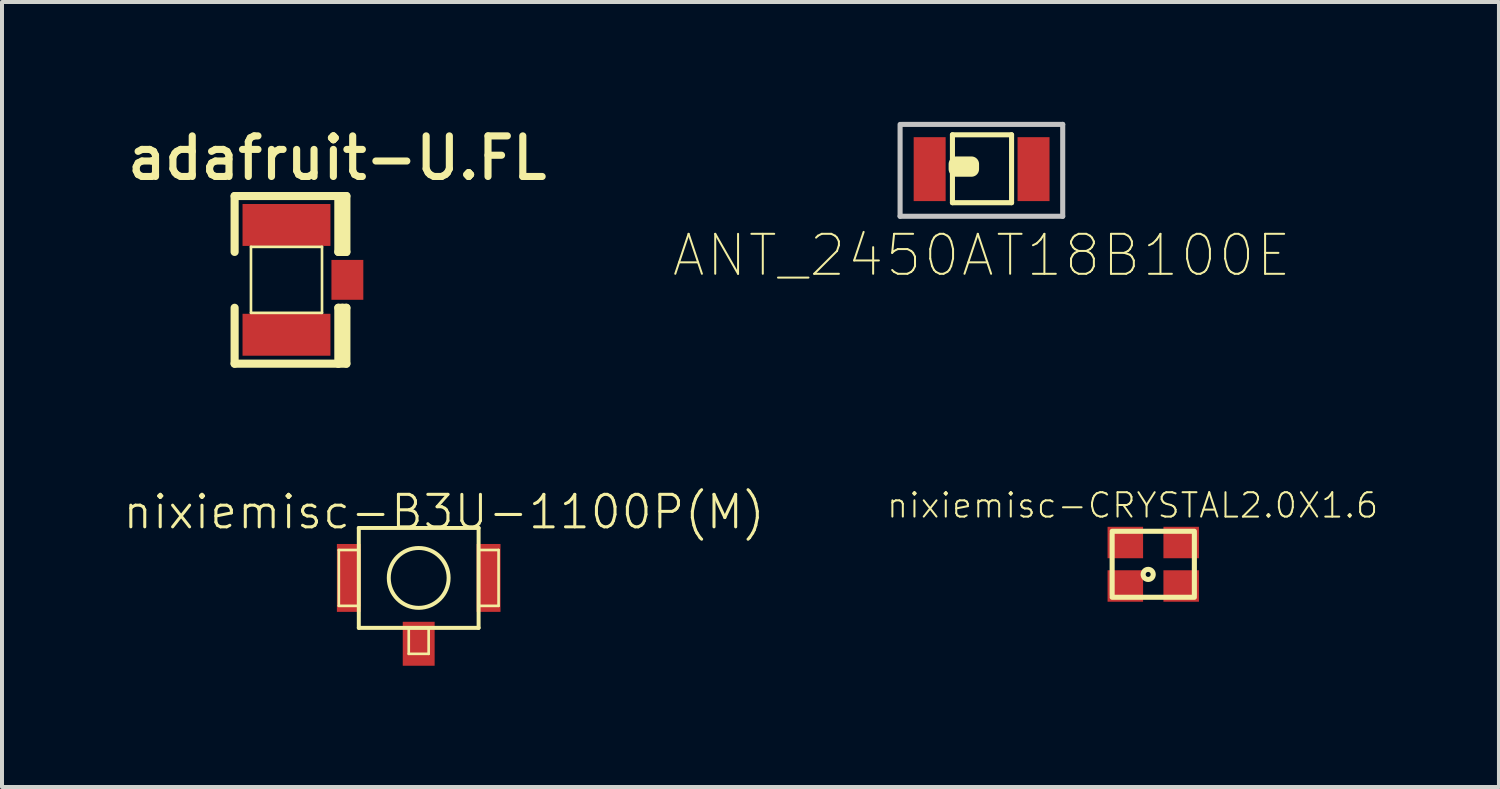
<source format=kicad_pcb>
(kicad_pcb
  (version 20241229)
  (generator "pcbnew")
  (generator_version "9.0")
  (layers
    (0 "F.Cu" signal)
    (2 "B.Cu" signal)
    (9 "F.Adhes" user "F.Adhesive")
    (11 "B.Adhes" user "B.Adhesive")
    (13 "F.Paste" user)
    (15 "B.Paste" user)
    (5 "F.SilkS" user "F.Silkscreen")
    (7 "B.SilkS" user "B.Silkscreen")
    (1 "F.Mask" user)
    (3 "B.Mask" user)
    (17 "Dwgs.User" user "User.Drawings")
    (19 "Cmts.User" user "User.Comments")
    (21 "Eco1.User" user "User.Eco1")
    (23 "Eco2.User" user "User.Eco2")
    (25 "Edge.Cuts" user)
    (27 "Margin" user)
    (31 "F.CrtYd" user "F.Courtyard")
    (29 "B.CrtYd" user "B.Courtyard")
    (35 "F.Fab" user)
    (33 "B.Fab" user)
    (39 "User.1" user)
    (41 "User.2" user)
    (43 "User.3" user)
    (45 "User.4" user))
  (footprint "nixiemisc-B3U-1100P(M)"
    (layer "F.Cu")
    (at 7.429 11.414)
    (property "Reference" "nixiemisc-B3U-1100P(M)" (at 0.635 -1.651 0) (layer "F.SilkS") (effects (font (size 0.813 0.813) (thickness 0.076))))
    (attr smd)
    (fp_line (start -2.05 -0.848) (end -1.448 -0.848) (stroke (width 0.066) (type solid)) (layer "F.Mask"))
    (fp_line (start -2.05 0.848) (end -2.05 -0.848) (stroke (width 0.066) (type solid)) (layer "F.Mask"))
    (fp_line (start -2.05 0.848) (end -1.448 0.848) (stroke (width 0.066) (type solid)) (layer "F.Mask"))
    (fp_line (start -1.448 0.848) (end -1.448 -0.848) (stroke (width 0.066) (type solid)) (layer "F.Mask"))
    (fp_line (start -0.399 1.1) (end 0.399 1.1) (stroke (width 0.066) (type solid)) (layer "F.Mask"))
    (fp_line (start -0.399 2.2) (end -0.399 1.1) (stroke (width 0.066) (type solid)) (layer "F.Mask"))
    (fp_line (start -0.399 2.2) (end 0.399 2.2) (stroke (width 0.066) (type solid)) (layer "F.Mask"))
    (fp_line (start 0.399 2.2) (end 0.399 1.1) (stroke (width 0.066) (type solid)) (layer "F.Mask"))
    (fp_line (start 1.448 -0.848) (end 2.05 -0.848) (stroke (width 0.066) (type solid)) (layer "F.Mask"))
    (fp_line (start 1.448 0.848) (end 1.448 -0.848) (stroke (width 0.066) (type solid)) (layer "F.Mask"))
    (fp_line (start 1.448 0.848) (end 2.05 0.848) (stroke (width 0.066) (type solid)) (layer "F.Mask"))
    (fp_line (start 2.05 0.848) (end 2.05 -0.848) (stroke (width 0.066) (type solid)) (layer "F.Mask"))
    (fp_line (start -1.999 -0.699) (end -1.499 -0.699) (stroke (width 0.066) (type solid)) (layer "F.SilkS"))
    (fp_line (start -1.999 0.699) (end -1.999 -0.699) (stroke (width 0.066) (type solid)) (layer "F.SilkS"))
    (fp_line (start -1.999 0.699) (end -1.499 0.699) (stroke (width 0.066) (type solid)) (layer "F.SilkS"))
    (fp_line (start -1.499 -1.25) (end 1.499 -1.25) (stroke (width 0.099) (type solid)) (layer "F.SilkS"))
    (fp_line (start -1.499 0.699) (end -1.499 -0.699) (stroke (width 0.066) (type solid)) (layer "F.SilkS"))
    (fp_line (start -1.499 1.25) (end -1.499 -1.25) (stroke (width 0.099) (type solid)) (layer "F.SilkS"))
    (fp_line (start -0.249 1.25) (end 0.249 1.25) (stroke (width 0.066) (type solid)) (layer "F.SilkS"))
    (fp_line (start -0.249 1.9) (end -0.249 1.25) (stroke (width 0.066) (type solid)) (layer "F.SilkS"))
    (fp_line (start -0.249 1.9) (end 0.249 1.9) (stroke (width 0.066) (type solid)) (layer "F.SilkS"))
    (fp_line (start 0.249 1.9) (end 0.249 1.25) (stroke (width 0.066) (type solid)) (layer "F.SilkS"))
    (fp_line (start 1.499 -1.25) (end 1.499 1.25) (stroke (width 0.099) (type solid)) (layer "F.SilkS"))
    (fp_line (start 1.499 -0.699) (end 1.999 -0.699) (stroke (width 0.066) (type solid)) (layer "F.SilkS"))
    (fp_line (start 1.499 0.699) (end 1.499 -0.699) (stroke (width 0.066) (type solid)) (layer "F.SilkS"))
    (fp_line (start 1.499 0.699) (end 1.999 0.699) (stroke (width 0.066) (type solid)) (layer "F.SilkS"))
    (fp_line (start 1.499 1.25) (end -1.499 1.25) (stroke (width 0.099) (type solid)) (layer "F.SilkS"))
    (fp_line (start 1.999 0.699) (end 1.999 -0.699) (stroke (width 0.066) (type solid)) (layer "F.SilkS"))
    (fp_circle (center 0 0) (end 0 -0.749) (stroke (width 0.099) (type solid)) (fill no) (layer "F.SilkS"))
    (pad "1" smd rect (at -1.748 0) (size 0.599 1.699) (layers "F.Cu" "F.Mask" "F.Paste"))
    (pad "2" smd rect (at 1.748 0) (size 0.599 1.699) (layers "F.Cu" "F.Mask" "F.Paste"))
    (pad "GND" smd rect (at 0 1.648) (size 0.798 1.1) (layers "F.Cu" "F.Mask" "F.Paste")))
  (footprint "ANT_2450AT18B100E"
    (layer "F.Cu")
    (at 21.517 1.183)
    (property "Reference" "ANT_2450AT18B100E" (at 0 2.159 0) (layer "F.SilkS") (effects (font (size 1 1) (thickness 0.05))))
    (attr smd)
    (fp_line (start -0.73 -0.86) (end -0.73 0.84) (stroke (width 0.127) (type solid)) (layer "F.SilkS"))
    (fp_line (start -0.73 0.84) (end 0.75 0.84) (stroke (width 0.127) (type solid)) (layer "F.SilkS"))
    (fp_line (start 0.75 -0.86) (end -0.73 -0.86) (stroke (width 0.127) (type solid)) (layer "F.SilkS"))
    (fp_line (start 0.75 0.84) (end 0.75 -0.86) (stroke (width 0.127) (type solid)) (layer "F.SilkS"))
    (fp_poly (pts (xy -0.635 -0.127) (xy -0.254 -0.127) (xy -0.254 0) (xy -0.635 0)) (stroke (width 0.381) (type solid)) (fill yes) (layer "F.SilkS"))
    (fp_line (start -2.04 1.18) (end -2.04 -1.12) (stroke (width 0.127) (type solid)) (layer "Dwgs.User"))
    (fp_line (start -2 -1.12) (end 2.03 -1.12) (stroke (width 0.127) (type solid)) (layer "Dwgs.User"))
    (fp_line (start 2.03 -1.12) (end 2.03 1.18) (stroke (width 0.127) (type solid)) (layer "Dwgs.User"))
    (fp_line (start 2.03 1.18) (end -2.04 1.18) (stroke (width 0.127) (type solid)) (layer "Dwgs.User"))
    (pad "1" smd rect (at -1.3 0) (size 0.8 1.6) (layers "F.Cu" "F.Mask" "F.Paste"))
    (pad "2" smd rect (at 1.3 0) (size 0.8 1.6) (layers "F.Cu" "F.Mask" "F.Paste")))
  (footprint "nixiemisc-CRYSTAL2.0X1.6"
    (placed yes)
    (layer "F.Cu")
    (at 25.813 11.072)
    (property "Reference" "nixiemisc-CRYSTAL2.0X1.6" (at -0.516 -1.473 0) (layer "F.SilkS") (effects (font (size 0.61 0.61) (thickness 0.05))))
    (attr smd)
    (fp_line (start -1.029 -0.826) (end 1.029 -0.826) (stroke (width 0.127) (type solid)) (layer "F.SilkS"))
    (fp_line (start -1.029 -0.775) (end -1.029 0.775) (stroke (width 0.127) (type solid)) (layer "F.SilkS"))
    (fp_line (start -1.029 0.826) (end 1.029 0.826) (stroke (width 0.127) (type solid)) (layer "F.SilkS"))
    (fp_line (start 1.029 -0.775) (end 1.029 0.775) (stroke (width 0.127) (type solid)) (layer "F.SilkS"))
    (fp_circle (center -0.127 0.254) (end -0.127 0.191) (stroke (width 0.127) (type solid)) (fill no) (layer "F.SilkS"))
    (pad "1" smd rect (at -0.699 0.544) (size 0.889 0.787) (layers "F.Cu" "F.Mask" "F.Paste"))
    (pad "2" smd rect (at 0.699 0.544) (size 0.889 0.787) (layers "F.Cu" "F.Mask" "F.Paste"))
    (pad "3" smd rect (at 0.699 -0.544) (size 0.889 0.787) (layers "F.Cu" "F.Mask" "F.Paste"))
    (pad "4" smd rect (at -0.699 -0.544) (size 0.889 0.787) (layers "F.Cu" "F.Mask" "F.Paste")))
  (footprint "adafruit-U.FL"
    (layer "F.Cu")
    (at 4.12 3.954)
    (property "Reference" "adafruit-U.FL" (at 1.27 -3.048 0) (layer "F.SilkS") (effects (font (size 1.016 1.016) (thickness 0.178))))
    (attr smd)
    (fp_line (start -1.298 -0.699) (end -1.298 -2.098) (stroke (width 0.203) (type solid)) (layer "F.SilkS"))
    (fp_line (start -1.298 2.098) (end -1.298 0.699) (stroke (width 0.203) (type solid)) (layer "F.SilkS"))
    (fp_line (start -1.298 2.098) (end 1.298 2.098) (stroke (width 0.203) (type solid)) (layer "F.SilkS"))
    (fp_line (start -0.889 -0.826) (end 0.889 -0.826) (stroke (width 0.066) (type solid)) (layer "F.SilkS"))
    (fp_line (start -0.889 0.826) (end -0.889 -0.826) (stroke (width 0.066) (type solid)) (layer "F.SilkS"))
    (fp_line (start -0.889 0.826) (end 0.889 0.826) (stroke (width 0.066) (type solid)) (layer "F.SilkS"))
    (fp_line (start 0.889 0.826) (end 0.889 -0.826) (stroke (width 0.066) (type solid)) (layer "F.SilkS"))
    (fp_line (start 1.298 -2.098) (end -1.298 -2.098) (stroke (width 0.203) (type solid)) (layer "F.SilkS"))
    (fp_line (start 1.298 -0.699) (end 1.298 -2.098) (stroke (width 0.203) (type solid)) (layer "F.SilkS"))
    (fp_line (start 1.298 2.098) (end 1.298 0.699) (stroke (width 0.203) (type solid)) (layer "F.SilkS"))
    (fp_line (start 1.4 -0.699) (end 1.4 -1.999) (stroke (width 0.203) (type solid)) (layer "F.SilkS"))
    (fp_line (start 1.4 1.999) (end 1.4 0.699) (stroke (width 0.203) (type solid)) (layer "F.SilkS"))
    (fp_line (start 1.499 -2.098) (end 1.298 -2.098) (stroke (width 0.203) (type solid)) (layer "F.SilkS"))
    (fp_line (start 1.499 -0.699) (end 1.298 -0.699) (stroke (width 0.203) (type solid)) (layer "F.SilkS"))
    (fp_line (start 1.499 -0.699) (end 1.499 -2.098) (stroke (width 0.203) (type solid)) (layer "F.SilkS"))
    (fp_line (start 1.499 0.699) (end 1.298 0.699) (stroke (width 0.203) (type solid)) (layer "F.SilkS"))
    (fp_line (start 1.499 2.098) (end 1.298 2.098) (stroke (width 0.203) (type solid)) (layer "F.SilkS"))
    (fp_line (start 1.499 2.098) (end 1.499 0.699) (stroke (width 0.203) (type solid)) (layer "F.SilkS"))
    (pad "1" smd rect (at 0 -1.374) (size 2.2 1.049) (layers "F.Cu" "F.Mask" "F.Paste"))
    (pad "2" smd rect (at 0 1.374) (size 2.2 1.049) (layers "F.Cu" "F.Mask" "F.Paste"))
    (pad "3" smd rect (at 1.524 0) (size 0.798 0.998) (layers "F.Cu" "F.Mask" "F.Paste")))
  (gr_rect
    (start -3 -3)
    (end 34.465 16.647)
    (stroke (width 0.1) (type default))
    (fill no)
    (layer "Edge.Cuts")))
</source>
